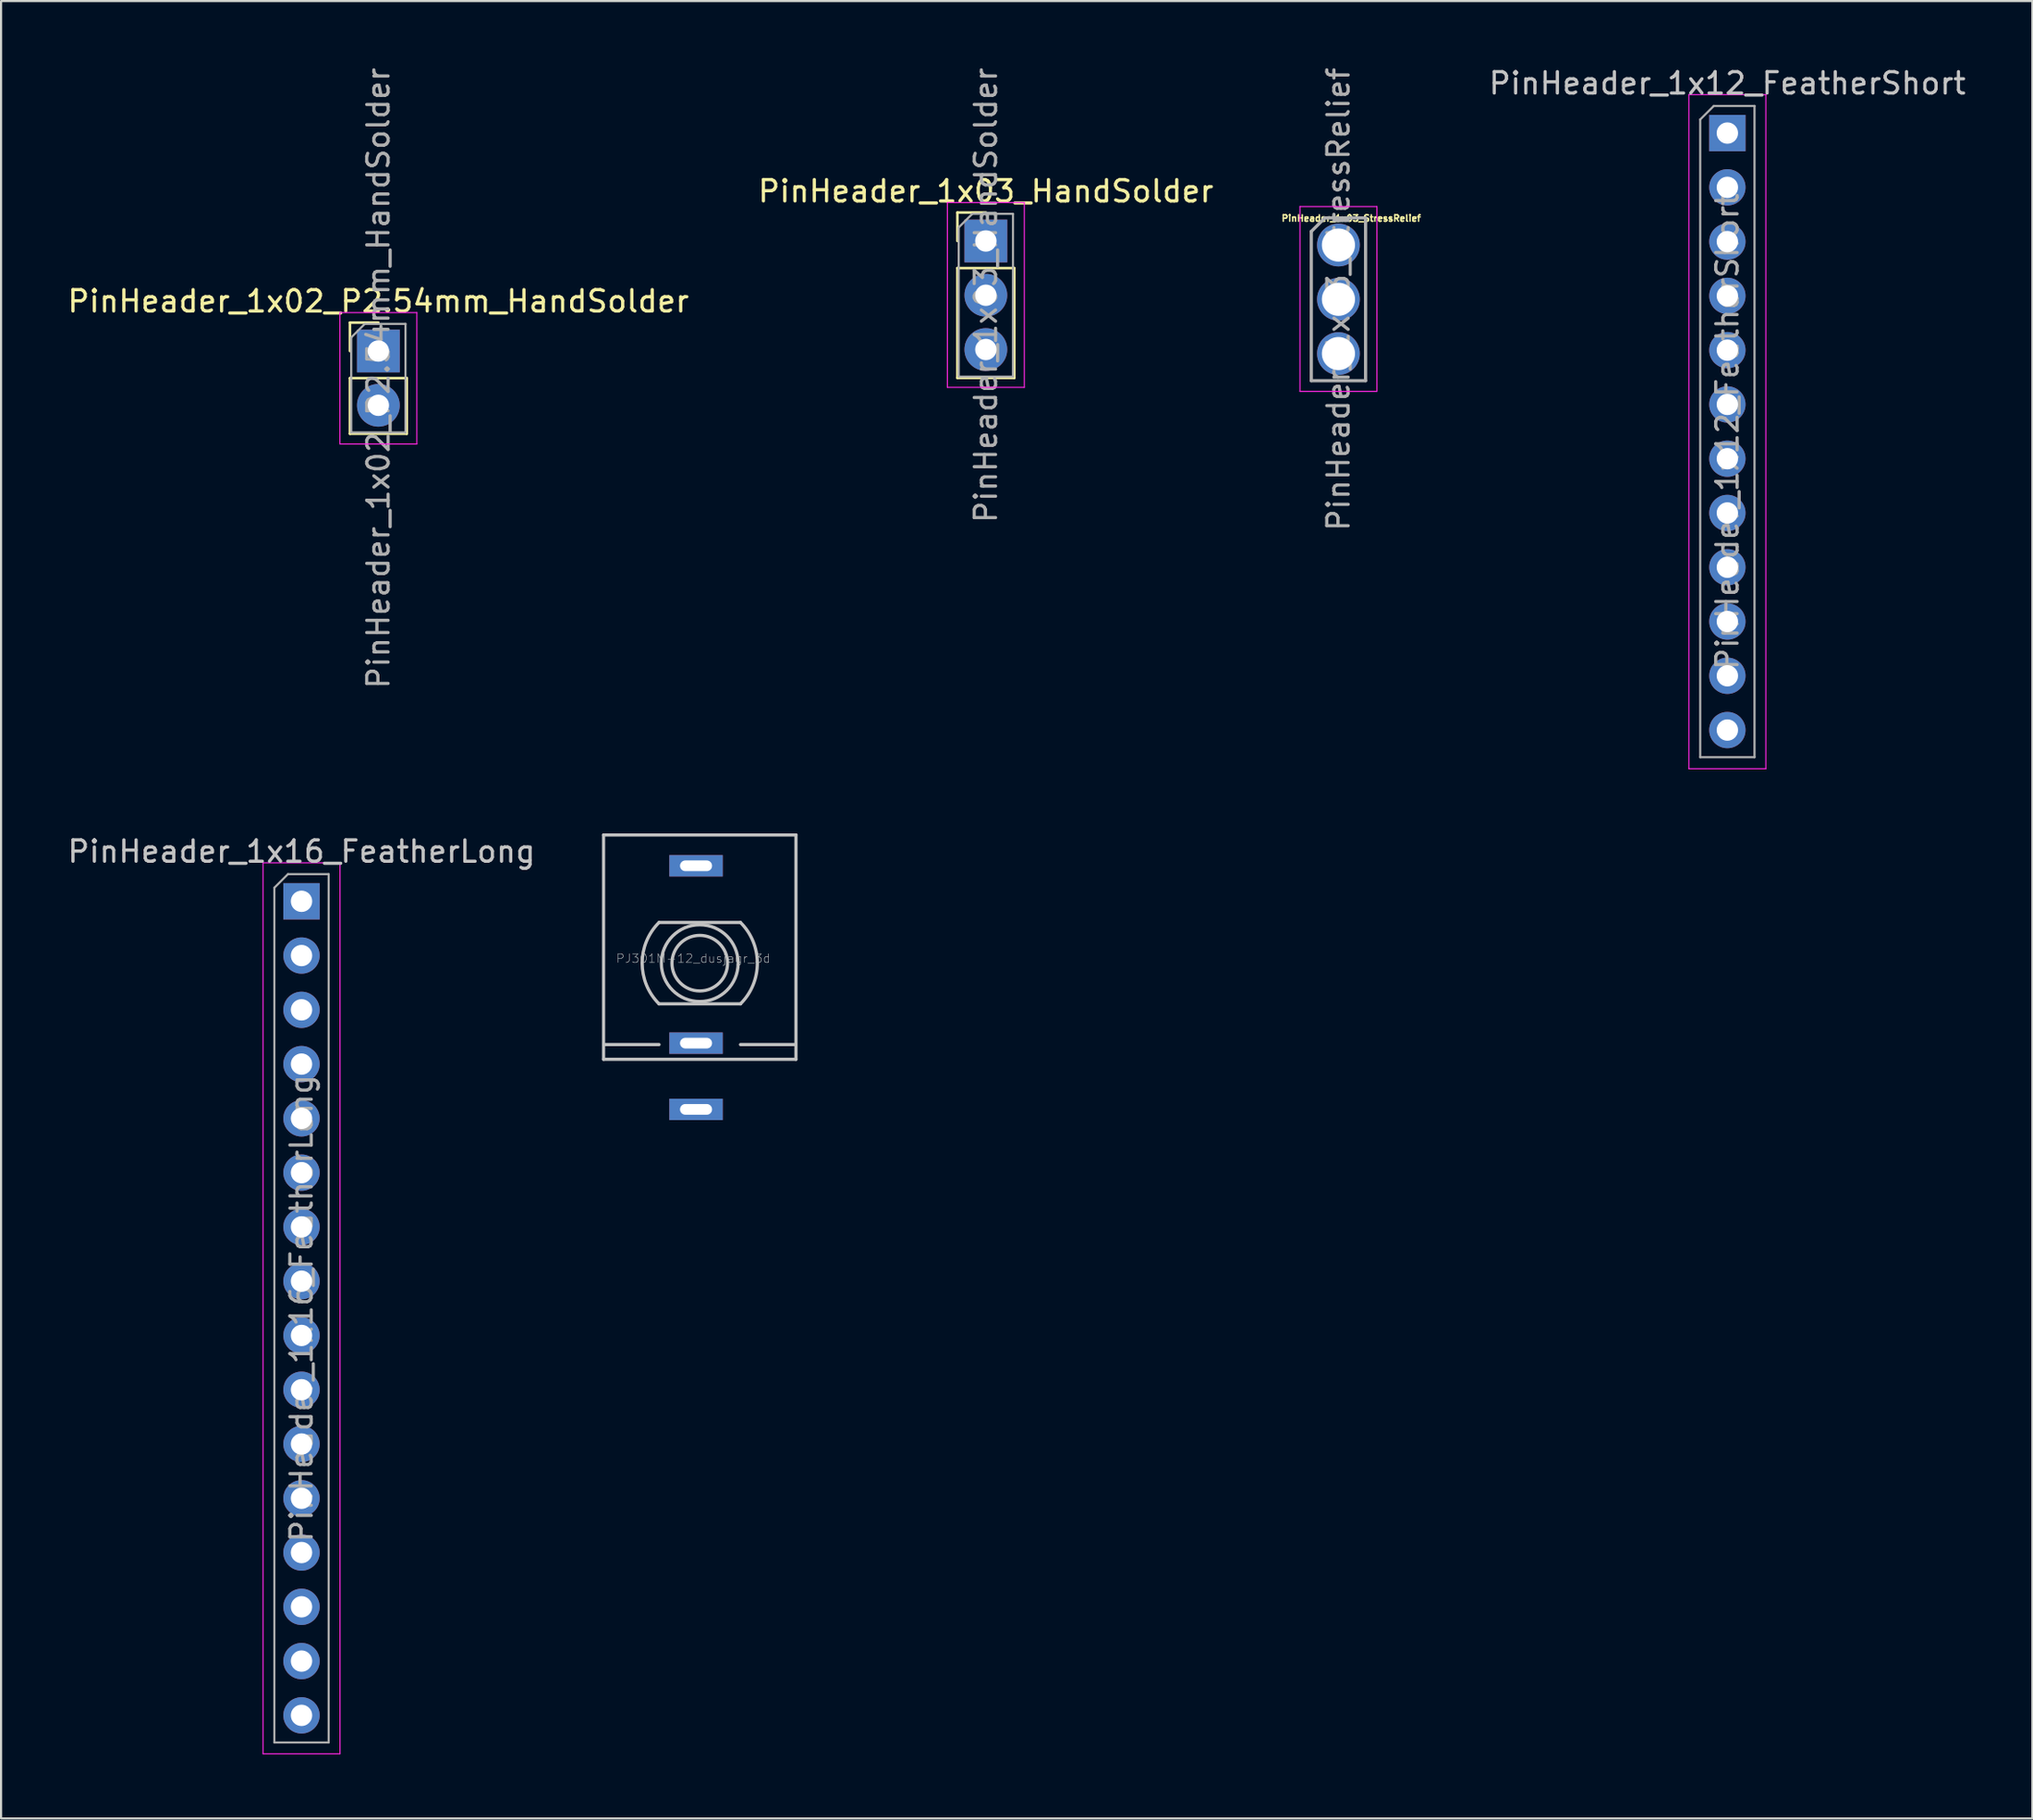
<source format=kicad_pcb>
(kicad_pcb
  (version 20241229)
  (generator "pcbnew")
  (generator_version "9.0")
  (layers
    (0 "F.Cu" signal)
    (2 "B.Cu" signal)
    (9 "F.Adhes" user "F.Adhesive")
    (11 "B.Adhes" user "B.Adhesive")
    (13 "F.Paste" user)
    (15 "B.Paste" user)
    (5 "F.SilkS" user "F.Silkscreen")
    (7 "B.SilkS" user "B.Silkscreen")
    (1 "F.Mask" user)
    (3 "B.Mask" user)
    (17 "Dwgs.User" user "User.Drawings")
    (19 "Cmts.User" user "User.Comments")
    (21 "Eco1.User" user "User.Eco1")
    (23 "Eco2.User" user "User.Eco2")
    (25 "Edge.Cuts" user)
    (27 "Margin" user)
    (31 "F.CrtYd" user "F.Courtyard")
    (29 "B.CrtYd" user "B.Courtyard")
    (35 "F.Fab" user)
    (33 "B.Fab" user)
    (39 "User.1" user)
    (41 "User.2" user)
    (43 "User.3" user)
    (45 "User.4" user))
  (footprint "PinHeader_1x03_HandSolder"
    (layer "F.Cu")
    (at 43.065 8.228)
    (property "Reference" "PinHeader_1x03_HandSolder" (at 0 -2.33 180) (layer "F.SilkS") (effects (font (size 1 1) (thickness 0.15))))
    (attr through_hole)
    (fp_line (start -1.33 -1.33) (end 0 -1.33) (stroke (width 0.12) (type solid)) (layer "F.SilkS"))
    (fp_line (start -1.33 0) (end -1.33 -1.33) (stroke (width 0.12) (type solid)) (layer "F.SilkS"))
    (fp_line (start -1.33 1.27) (end -1.33 6.41) (stroke (width 0.12) (type solid)) (layer "F.SilkS"))
    (fp_line (start -1.33 1.27) (end 1.33 1.27) (stroke (width 0.12) (type solid)) (layer "F.SilkS"))
    (fp_line (start -1.33 6.41) (end 1.33 6.41) (stroke (width 0.12) (type solid)) (layer "F.SilkS"))
    (fp_line (start 1.33 1.27) (end 1.33 6.41) (stroke (width 0.12) (type solid)) (layer "F.SilkS"))
    (fp_line (start -1.8 -1.8) (end -1.8 6.85) (stroke (width 0.05) (type solid)) (layer "F.CrtYd"))
    (fp_line (start -1.8 6.85) (end 1.8 6.85) (stroke (width 0.05) (type solid)) (layer "F.CrtYd"))
    (fp_line (start 1.8 -1.8) (end -1.8 -1.8) (stroke (width 0.05) (type solid)) (layer "F.CrtYd"))
    (fp_line (start 1.8 6.85) (end 1.8 -1.8) (stroke (width 0.05) (type solid)) (layer "F.CrtYd"))
    (fp_line (start -1.27 -0.635) (end -0.635 -1.27) (stroke (width 0.1) (type solid)) (layer "F.Fab"))
    (fp_line (start -1.27 6.35) (end -1.27 -0.635) (stroke (width 0.1) (type solid)) (layer "F.Fab"))
    (fp_line (start -0.635 -1.27) (end 1.27 -1.27) (stroke (width 0.1) (type solid)) (layer "F.Fab"))
    (fp_line (start 1.27 -1.27) (end 1.27 6.35) (stroke (width 0.1) (type solid)) (layer "F.Fab"))
    (fp_line (start 1.27 6.35) (end -1.27 6.35) (stroke (width 0.1) (type solid)) (layer "F.Fab"))
    (fp_text user "${REFERENCE}" (at 0 2.54 270) (layer "F.Fab") (effects (font (size 1 1) (thickness 0.15))))
    (pad "1" thru_hole rect (at 0 0) (size 2 2) (drill 1) (layers "*.Cu" "*.Mask"))
    (pad "2" thru_hole oval (at 0 2.54) (size 2 2) (drill 1) (layers "*.Cu" "*.Mask"))
    (pad "3" thru_hole oval (at 0 5.08) (size 2 2) (drill 1) (layers "*.Cu" "*.Mask")))
  (footprint "PinHeader_1x03_StressRelief"
    (layer "F.Cu")
    (at 59.558 8.418)
    (property "Reference" "PinHeader_1x03_StressRelief" (at 0.6 -1.25 0) (layer "F.SilkS") (effects (font (size 0.3 0.3) (thickness 0.07))))
    (attr through_hole)
    (fp_line (start -1.8 -1.8) (end -1.8 6.85) (stroke (width 0.05) (type solid)) (layer "F.CrtYd"))
    (fp_line (start -1.8 6.85) (end 1.8 6.85) (stroke (width 0.05) (type solid)) (layer "F.CrtYd"))
    (fp_line (start 1.8 -1.8) (end -1.8 -1.8) (stroke (width 0.05) (type solid)) (layer "F.CrtYd"))
    (fp_line (start 1.8 6.85) (end 1.8 -1.8) (stroke (width 0.05) (type solid)) (layer "F.CrtYd"))
    (fp_line (start -1.27 -0.635) (end -0.635 -1.27) (stroke (width 0.15) (type solid)) (layer "F.Fab"))
    (fp_line (start -1.27 6.35) (end -1.27 -0.635) (stroke (width 0.15) (type solid)) (layer "F.Fab"))
    (fp_line (start -0.635 -1.27) (end 1.27 -1.27) (stroke (width 0.15) (type solid)) (layer "F.Fab"))
    (fp_line (start 1.27 -1.27) (end 1.27 6.35) (stroke (width 0.15) (type solid)) (layer "F.Fab"))
    (fp_line (start 1.27 6.35) (end -1.27 6.35) (stroke (width 0.15) (type solid)) (layer "F.Fab"))
    (fp_text user "${REFERENCE}" (at 0 2.54 90) (layer "F.Fab") (effects (font (size 1 1) (thickness 0.15))))
    (pad "1" thru_hole oval (at 0 0) (size 2 2) (drill 1.55) (layers "*.Cu" "*.Mask"))
    (pad "2" thru_hole oval (at 0 2.54) (size 2 2) (drill 1.55) (layers "*.Cu" "*.Mask"))
    (pad "3" thru_hole oval (at 0 5.08) (size 2 2) (drill 1.55) (layers "*.Cu" "*.Mask")))
  (footprint "PinHeader_1x02_P2.54mm_HandSolder"
    (layer "F.Cu")
    (at 14.649 13.379)
    (property "Reference" "PinHeader_1x02_P2.54mm_HandSolder" (at 0 -2.33 180) (layer "F.SilkS") (effects (font (size 1 1) (thickness 0.15))))
    (attr through_hole)
    (fp_line (start -1.33 -1.33) (end 0 -1.33) (stroke (width 0.12) (type solid)) (layer "F.SilkS"))
    (fp_line (start -1.33 0) (end -1.33 -1.33) (stroke (width 0.12) (type solid)) (layer "F.SilkS"))
    (fp_line (start -1.33 1.27) (end -1.33 3.87) (stroke (width 0.12) (type solid)) (layer "F.SilkS"))
    (fp_line (start -1.33 1.27) (end 1.33 1.27) (stroke (width 0.12) (type solid)) (layer "F.SilkS"))
    (fp_line (start -1.33 3.87) (end 1.33 3.87) (stroke (width 0.12) (type solid)) (layer "F.SilkS"))
    (fp_line (start 1.33 1.27) (end 1.33 3.87) (stroke (width 0.12) (type solid)) (layer "F.SilkS"))
    (fp_line (start -1.8 -1.8) (end -1.8 4.35) (stroke (width 0.05) (type solid)) (layer "F.CrtYd"))
    (fp_line (start -1.8 4.35) (end 1.8 4.35) (stroke (width 0.05) (type solid)) (layer "F.CrtYd"))
    (fp_line (start 1.8 -1.8) (end -1.8 -1.8) (stroke (width 0.05) (type solid)) (layer "F.CrtYd"))
    (fp_line (start 1.8 4.35) (end 1.8 -1.8) (stroke (width 0.05) (type solid)) (layer "F.CrtYd"))
    (fp_line (start -1.27 -0.635) (end -0.635 -1.27) (stroke (width 0.1) (type solid)) (layer "F.Fab"))
    (fp_line (start -1.27 3.81) (end -1.27 -0.635) (stroke (width 0.1) (type solid)) (layer "F.Fab"))
    (fp_line (start -0.635 -1.27) (end 1.27 -1.27) (stroke (width 0.1) (type solid)) (layer "F.Fab"))
    (fp_line (start 1.27 -1.27) (end 1.27 3.81) (stroke (width 0.1) (type solid)) (layer "F.Fab"))
    (fp_line (start 1.27 3.81) (end -1.27 3.81) (stroke (width 0.1) (type solid)) (layer "F.Fab"))
    (fp_text user "${REFERENCE}" (at 0 1.27 90) (layer "F.Fab") (effects (font (size 1 1) (thickness 0.15))))
    (pad "1" thru_hole rect (at 0 0) (size 2 2) (drill 1) (layers "*.Cu" "*.Mask"))
    (pad "2" thru_hole oval (at 0 2.54) (size 2 2) (drill 1) (layers "*.Cu" "*.Mask")))
  (footprint "PinHeader_1x12_FeatherShort"
    (layer "F.Cu")
    (at 77.751 3.178)
    (property "Reference" "PinHeader_1x12_FeatherShort" (at 0 -2.33 180) (layer "Dwgs.User") (effects (font (size 1 1) (thickness 0.15))))
    (attr through_hole)
    (fp_line (start -1.8 -1.8) (end -1.8 29.75) (stroke (width 0.05) (type solid)) (layer "F.CrtYd"))
    (fp_line (start -1.8 29.75) (end 1.8 29.75) (stroke (width 0.05) (type solid)) (layer "F.CrtYd"))
    (fp_line (start 1.8 -1.8) (end -1.8 -1.8) (stroke (width 0.05) (type solid)) (layer "F.CrtYd"))
    (fp_line (start 1.8 29.75) (end 1.8 -1.8) (stroke (width 0.05) (type solid)) (layer "F.CrtYd"))
    (fp_line (start -1.27 -0.635) (end -0.635 -1.27) (stroke (width 0.1) (type solid)) (layer "F.Fab"))
    (fp_line (start -1.27 29.21) (end -1.27 -0.635) (stroke (width 0.1) (type solid)) (layer "F.Fab"))
    (fp_line (start -0.635 -1.27) (end 1.27 -1.27) (stroke (width 0.1) (type solid)) (layer "F.Fab"))
    (fp_line (start 1.27 -1.27) (end 1.27 29.21) (stroke (width 0.1) (type solid)) (layer "F.Fab"))
    (fp_line (start 1.27 29.21) (end -1.27 29.21) (stroke (width 0.1) (type solid)) (layer "F.Fab"))
    (fp_text user "${REFERENCE}" (at 0 13.97 90) (layer "F.Fab") (effects (font (size 1 1) (thickness 0.15))))
    (pad "1" thru_hole rect (at 0 0) (size 1.7 1.7) (drill 1) (layers "*.Cu" "*.Mask"))
    (pad "2" thru_hole oval (at 0 2.54) (size 1.7 1.7) (drill 1) (layers "*.Cu" "*.Mask"))
    (pad "3" thru_hole oval (at 0 5.08) (size 1.7 1.7) (drill 1) (layers "*.Cu" "*.Mask"))
    (pad "4" thru_hole oval (at 0 7.62) (size 1.7 1.7) (drill 1) (layers "*.Cu" "*.Mask"))
    (pad "5" thru_hole oval (at 0 10.16) (size 1.7 1.7) (drill 1) (layers "*.Cu" "*.Mask"))
    (pad "6" thru_hole oval (at 0 12.7) (size 1.7 1.7) (drill 1) (layers "*.Cu" "*.Mask"))
    (pad "7" thru_hole oval (at 0 15.24) (size 1.7 1.7) (drill 1) (layers "*.Cu" "*.Mask"))
    (pad "8" thru_hole oval (at 0 17.78) (size 1.7 1.7) (drill 1) (layers "*.Cu" "*.Mask"))
    (pad "9" thru_hole oval (at 0 20.32) (size 1.7 1.7) (drill 1) (layers "*.Cu" "*.Mask"))
    (pad "10" thru_hole oval (at 0 22.86) (size 1.7 1.7) (drill 1) (layers "*.Cu" "*.Mask"))
    (pad "11" thru_hole oval (at 0 25.4) (size 1.7 1.7) (drill 1) (layers "*.Cu" "*.Mask"))
    (pad "12" thru_hole oval (at 0 27.94) (size 1.7 1.7) (drill 1) (layers "*.Cu" "*.Mask")))
  (footprint "PinHeader_1x16_FeatherLong"
    (layer "F.Cu")
    (at 11.054 39.132)
    (property "Reference" "PinHeader_1x16_FeatherLong" (at 0 -2.33 180) (layer "Dwgs.User") (effects (font (size 1 1) (thickness 0.15))))
    (attr through_hole)
    (fp_line (start -1.8 -1.8) (end -1.8 39.9) (stroke (width 0.05) (type solid)) (layer "F.CrtYd"))
    (fp_line (start -1.8 39.9) (end 1.8 39.9) (stroke (width 0.05) (type solid)) (layer "F.CrtYd"))
    (fp_line (start 1.8 -1.8) (end -1.8 -1.8) (stroke (width 0.05) (type solid)) (layer "F.CrtYd"))
    (fp_line (start 1.8 39.9) (end 1.8 -1.8) (stroke (width 0.05) (type solid)) (layer "F.CrtYd"))
    (fp_line (start -1.27 -0.635) (end -0.635 -1.27) (stroke (width 0.1) (type solid)) (layer "F.Fab"))
    (fp_line (start -1.27 39.37) (end -1.27 -0.635) (stroke (width 0.1) (type solid)) (layer "F.Fab"))
    (fp_line (start -0.635 -1.27) (end 1.27 -1.27) (stroke (width 0.1) (type solid)) (layer "F.Fab"))
    (fp_line (start 1.27 -1.27) (end 1.27 39.37) (stroke (width 0.1) (type solid)) (layer "F.Fab"))
    (fp_line (start 1.27 39.37) (end -1.27 39.37) (stroke (width 0.1) (type solid)) (layer "F.Fab"))
    (fp_text user "${REFERENCE}" (at 0 19.05 90) (layer "F.Fab") (effects (font (size 1 1) (thickness 0.15))))
    (pad "1" thru_hole rect (at 0 0) (size 1.7 1.7) (drill 1) (layers "*.Cu" "*.Mask"))
    (pad "2" thru_hole oval (at 0 2.54) (size 1.7 1.7) (drill 1) (layers "*.Cu" "*.Mask"))
    (pad "3" thru_hole oval (at 0 5.08) (size 1.7 1.7) (drill 1) (layers "*.Cu" "*.Mask"))
    (pad "4" thru_hole oval (at 0 7.62) (size 1.7 1.7) (drill 1) (layers "*.Cu" "*.Mask"))
    (pad "5" thru_hole oval (at 0 10.16) (size 1.7 1.7) (drill 1) (layers "*.Cu" "*.Mask"))
    (pad "6" thru_hole oval (at 0 12.7) (size 1.7 1.7) (drill 1) (layers "*.Cu" "*.Mask"))
    (pad "7" thru_hole oval (at 0 15.24) (size 1.7 1.7) (drill 1) (layers "*.Cu" "*.Mask"))
    (pad "8" thru_hole oval (at 0 17.78) (size 1.7 1.7) (drill 1) (layers "*.Cu" "*.Mask"))
    (pad "9" thru_hole oval (at 0 20.32) (size 1.7 1.7) (drill 1) (layers "*.Cu" "*.Mask"))
    (pad "10" thru_hole oval (at 0 22.86) (size 1.7 1.7) (drill 1) (layers "*.Cu" "*.Mask"))
    (pad "11" thru_hole oval (at 0 25.4) (size 1.7 1.7) (drill 1) (layers "*.Cu" "*.Mask"))
    (pad "12" thru_hole oval (at 0 27.94) (size 1.7 1.7) (drill 1) (layers "*.Cu" "*.Mask"))
    (pad "13" thru_hole oval (at 0 30.48) (size 1.7 1.7) (drill 1) (layers "*.Cu" "*.Mask"))
    (pad "14" thru_hole oval (at 0 33.02) (size 1.7 1.7) (drill 1) (layers "*.Cu" "*.Mask"))
    (pad "15" thru_hole oval (at 0 35.56) (size 1.7 1.7) (drill 1) (layers "*.Cu" "*.Mask"))
    (pad "16" thru_hole oval (at 0 38.1) (size 1.7 1.7) (drill 1) (layers "*.Cu" "*.Mask")))
  (footprint "PJ301M-12_dusjagr_3d"
    (layer "F.Cu")
    (at 29.509 42.391)
    (property "Reference" "PJ301M-12_dusjagr_3d" (at -0.127 -0.584 0) (layer "Dwgs.User") (effects (font (size 0.406 0.406) (thickness 0.025))))
    (attr through_hole)
    (fp_line (start -4.326 -6.363) (end -4.326 4.137) (stroke (width 0.15) (type solid)) (layer "Dwgs.User"))
    (fp_line (start -4.326 -6.363) (end 4.674 -6.363) (stroke (width 0.15) (type solid)) (layer "Dwgs.User"))
    (fp_line (start -4.326 4.137) (end 4.674 4.137) (stroke (width 0.15) (type solid)) (layer "Dwgs.User"))
    (fp_line (start -4.271 3.447) (end -1.731 3.447) (stroke (width 0.15) (type solid)) (layer "Dwgs.User"))
    (fp_line (start -1.731 -2.268) (end 2.079 -2.268) (stroke (width 0.15) (type solid)) (layer "Dwgs.User"))
    (fp_line (start 2.079 1.542) (end -1.731 1.542) (stroke (width 0.15) (type solid)) (layer "Dwgs.User"))
    (fp_line (start 2.079 3.447) (end 4.619 3.447) (stroke (width 0.15) (type solid)) (layer "Dwgs.User"))
    (fp_line (start 4.674 -6.363) (end 4.674 4.137) (stroke (width 0.15) (type solid)) (layer "Dwgs.User"))
    (fp_arc (start -1.7314 1.5423) (mid -2.520477 -0.3627) (end -1.7314 -2.2677) (stroke (width 0.15) (type solid)) (layer "Dwgs.User"))
    (fp_arc (start 2.0786 -2.2677) (mid 2.867677 -0.3627) (end 2.0786 1.5423) (stroke (width 0.15) (type solid)) (layer "Dwgs.User"))
    (fp_circle (center 0.174 -0.363) (end 1.474 -0.363) (stroke (width 0.15) (type solid)) (fill no) (layer "Dwgs.User"))
    (fp_circle (center 0.174 -0.363) (end 1.97 -0.363) (stroke (width 0.15) (type solid)) (fill no) (layer "Dwgs.User"))
    (pad "S" thru_hole rect (at 0 6.48) (size 2.5 1) (drill oval 1.5 0.5) (layers "*.Cu" "*.Mask"))
    (pad "T" thru_hole rect (at 0 -4.92) (size 2.5 1) (drill oval 1.5 0.5) (layers "*.Cu" "*.Mask"))
    (pad "TN" thru_hole rect (at 0 3.38) (size 2.5 1) (drill oval 1.5 0.5) (layers "*.Cu" "*.Mask")))
  (gr_rect
    (start -3 -3)
    (end 92.019 82.056)
    (stroke (width 0.1) (type default))
    (fill no)
    (layer "Edge.Cuts")))
</source>
